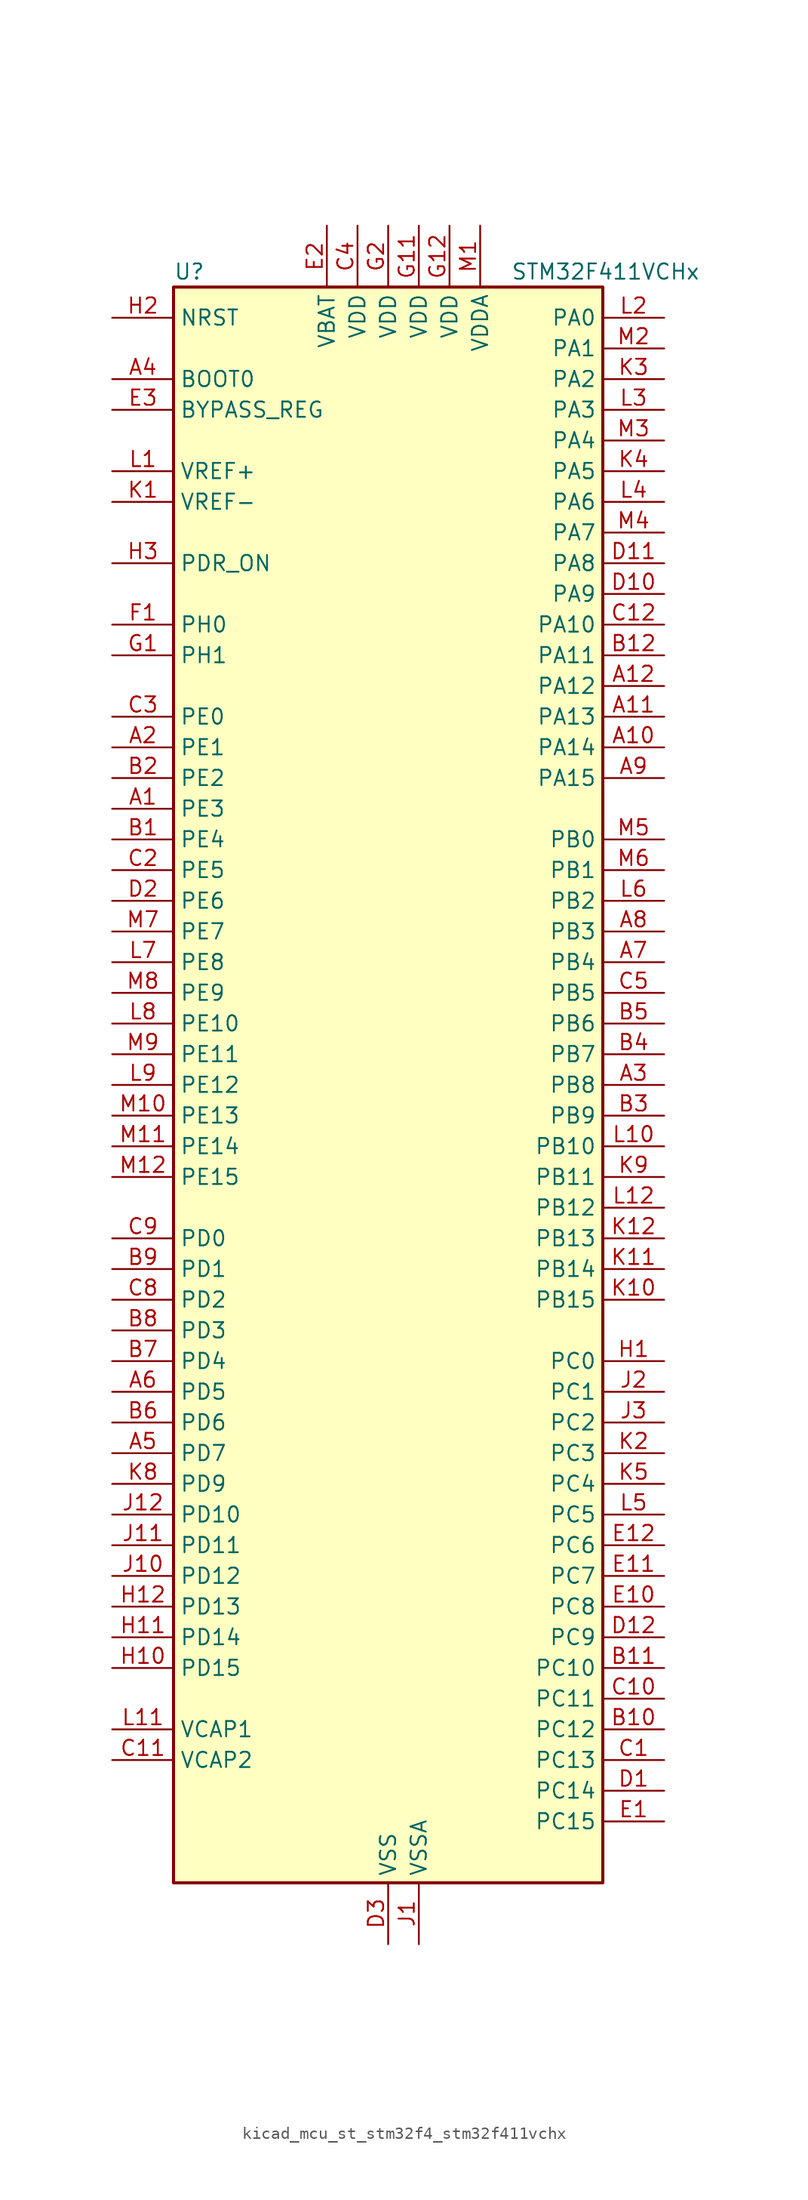
<source format=kicad_sym>
(kicad_symbol_lib
  (version 20220914)
  (generator kicad_symbol_editor)
  (symbol "kicad_mcu_st_stm32f4_stm32f411vchx"
    (property "Reference" "U"
      (at -17.78 67.31 0)
      (effects (font (size 1.27 1.27)) (justify left)))
    (property "Value" "STM32F411VCHx"
      (at 10.16 67.31 0)
      (effects (font (size 1.27 1.27)) (justify left)))
    (property "ki_locked" ""
      (at 0 0 0)
      (effects (font (size 1.27 1.27))))
    (symbol "kicad_mcu_st_stm32f4_stm32f411vchx_0_1"
      (rectangle (start -17.78 -66.04) (end 17.78 66.04) (stroke (width 0.254) (type default)) (fill (type background))))
    (symbol "kicad_mcu_st_stm32f4_stm32f411vchx_1_1"
      (pin bidirectional line (at -22.86 22.86 0) (length 5.08) (name "PE3" (effects (font (size 1.27 1.27)))) (number "A1" (effects (font (size 1.27 1.27)))) (alternate "SYS_TRACED0" bidirectional line))
      (pin bidirectional line (at 22.86 27.94 180) (length 5.08) (name "PA14" (effects (font (size 1.27 1.27)))) (number "A10" (effects (font (size 1.27 1.27)))) (alternate "SYS_JTCK-SWCLK" bidirectional line))
      (pin bidirectional line (at 22.86 30.48 180) (length 5.08) (name "PA13" (effects (font (size 1.27 1.27)))) (number "A11" (effects (font (size 1.27 1.27)))) (alternate "SYS_JTMS-SWDIO" bidirectional line))
      (pin bidirectional line (at 22.86 33.02 180) (length 5.08) (name "PA12" (effects (font (size 1.27 1.27)))) (number "A12" (effects (font (size 1.27 1.27)))) (alternate "SPI5_MISO" bidirectional line) (alternate "TIM1_ETR" bidirectional line) (alternate "USART1_RTS" bidirectional line) (alternate "USART6_RX" bidirectional line) (alternate "USB_OTG_FS_DP" bidirectional line))
      (pin bidirectional line (at -22.86 27.94 0) (length 5.08) (name "PE1" (effects (font (size 1.27 1.27)))) (number "A2" (effects (font (size 1.27 1.27)))))
      (pin bidirectional line (at 22.86 0 180) (length 5.08) (name "PB8" (effects (font (size 1.27 1.27)))) (number "A3" (effects (font (size 1.27 1.27)))) (alternate "I2C1_SCL" bidirectional line) (alternate "I2C3_SDA" bidirectional line) (alternate "I2S5_SD" bidirectional line) (alternate "SDIO_D4" bidirectional line) (alternate "SPI5_MOSI" bidirectional line) (alternate "TIM10_CH1" bidirectional line) (alternate "TIM4_CH3" bidirectional line))
      (pin input line (at -22.86 58.42 0) (length 5.08) (name "BOOT0" (effects (font (size 1.27 1.27)))) (number "A4" (effects (font (size 1.27 1.27)))))
      (pin bidirectional line (at -22.86 -30.48 0) (length 5.08) (name "PD7" (effects (font (size 1.27 1.27)))) (number "A5" (effects (font (size 1.27 1.27)))) (alternate "USART2_CK" bidirectional line))
      (pin bidirectional line (at -22.86 -25.4 0) (length 5.08) (name "PD5" (effects (font (size 1.27 1.27)))) (number "A6" (effects (font (size 1.27 1.27)))) (alternate "USART2_TX" bidirectional line))
      (pin bidirectional line (at 22.86 10.16 180) (length 5.08) (name "PB4" (effects (font (size 1.27 1.27)))) (number "A7" (effects (font (size 1.27 1.27)))) (alternate "I2C3_SDA" bidirectional line) (alternate "I2S3_ext_SD" bidirectional line) (alternate "SDIO_D0" bidirectional line) (alternate "SPI1_MISO" bidirectional line) (alternate "SPI3_MISO" bidirectional line) (alternate "SYS_JTRST" bidirectional line) (alternate "TIM3_CH1" bidirectional line))
      (pin bidirectional line (at 22.86 12.7 180) (length 5.08) (name "PB3" (effects (font (size 1.27 1.27)))) (number "A8" (effects (font (size 1.27 1.27)))) (alternate "I2C2_SDA" bidirectional line) (alternate "I2S1_CK" bidirectional line) (alternate "I2S3_CK" bidirectional line) (alternate "SPI1_SCK" bidirectional line) (alternate "SPI3_SCK" bidirectional line) (alternate "SYS_JTDO-SWO" bidirectional line) (alternate "TIM2_CH2" bidirectional line) (alternate "USART1_RX" bidirectional line))
      (pin bidirectional line (at 22.86 25.4 180) (length 5.08) (name "PA15" (effects (font (size 1.27 1.27)))) (number "A9" (effects (font (size 1.27 1.27)))) (alternate "ADC1_EXTI15" bidirectional line) (alternate "I2S1_WS" bidirectional line) (alternate "I2S3_WS" bidirectional line) (alternate "SPI1_NSS" bidirectional line) (alternate "SPI3_NSS" bidirectional line) (alternate "SYS_JTDI" bidirectional line) (alternate "TIM2_CH1" bidirectional line) (alternate "TIM2_ETR" bidirectional line) (alternate "USART1_TX" bidirectional line))
      (pin bidirectional line (at -22.86 20.32 0) (length 5.08) (name "PE4" (effects (font (size 1.27 1.27)))) (number "B1" (effects (font (size 1.27 1.27)))) (alternate "I2S4_WS" bidirectional line) (alternate "I2S5_WS" bidirectional line) (alternate "SPI4_NSS" bidirectional line) (alternate "SPI5_NSS" bidirectional line) (alternate "SYS_TRACED1" bidirectional line))
      (pin bidirectional line (at 22.86 -53.34 180) (length 5.08) (name "PC12" (effects (font (size 1.27 1.27)))) (number "B10" (effects (font (size 1.27 1.27)))) (alternate "I2S3_SD" bidirectional line) (alternate "SDIO_CK" bidirectional line) (alternate "SPI3_MOSI" bidirectional line))
      (pin bidirectional line (at 22.86 -48.26 180) (length 5.08) (name "PC10" (effects (font (size 1.27 1.27)))) (number "B11" (effects (font (size 1.27 1.27)))) (alternate "I2S3_CK" bidirectional line) (alternate "SDIO_D2" bidirectional line) (alternate "SPI3_SCK" bidirectional line))
      (pin bidirectional line (at 22.86 35.56 180) (length 5.08) (name "PA11" (effects (font (size 1.27 1.27)))) (number "B12" (effects (font (size 1.27 1.27)))) (alternate "ADC1_EXTI11" bidirectional line) (alternate "SPI4_MISO" bidirectional line) (alternate "TIM1_CH4" bidirectional line) (alternate "USART1_CTS" bidirectional line) (alternate "USART6_TX" bidirectional line) (alternate "USB_OTG_FS_DM" bidirectional line))
      (pin bidirectional line (at -22.86 25.4 0) (length 5.08) (name "PE2" (effects (font (size 1.27 1.27)))) (number "B2" (effects (font (size 1.27 1.27)))) (alternate "I2S4_CK" bidirectional line) (alternate "I2S5_CK" bidirectional line) (alternate "SPI4_SCK" bidirectional line) (alternate "SPI5_SCK" bidirectional line) (alternate "SYS_TRACECLK" bidirectional line))
      (pin bidirectional line (at 22.86 -2.54 180) (length 5.08) (name "PB9" (effects (font (size 1.27 1.27)))) (number "B3" (effects (font (size 1.27 1.27)))) (alternate "I2C1_SDA" bidirectional line) (alternate "I2C2_SDA" bidirectional line) (alternate "I2S2_WS" bidirectional line) (alternate "SDIO_D5" bidirectional line) (alternate "SPI2_NSS" bidirectional line) (alternate "TIM11_CH1" bidirectional line) (alternate "TIM4_CH4" bidirectional line))
      (pin bidirectional line (at 22.86 2.54 180) (length 5.08) (name "PB7" (effects (font (size 1.27 1.27)))) (number "B4" (effects (font (size 1.27 1.27)))) (alternate "I2C1_SDA" bidirectional line) (alternate "SDIO_D0" bidirectional line) (alternate "TIM4_CH2" bidirectional line) (alternate "USART1_RX" bidirectional line))
      (pin bidirectional line (at 22.86 5.08 180) (length 5.08) (name "PB6" (effects (font (size 1.27 1.27)))) (number "B5" (effects (font (size 1.27 1.27)))) (alternate "I2C1_SCL" bidirectional line) (alternate "TIM4_CH1" bidirectional line) (alternate "USART1_TX" bidirectional line))
      (pin bidirectional line (at -22.86 -27.94 0) (length 5.08) (name "PD6" (effects (font (size 1.27 1.27)))) (number "B6" (effects (font (size 1.27 1.27)))) (alternate "I2S3_SD" bidirectional line) (alternate "SPI3_MOSI" bidirectional line) (alternate "USART2_RX" bidirectional line))
      (pin bidirectional line (at -22.86 -22.86 0) (length 5.08) (name "PD4" (effects (font (size 1.27 1.27)))) (number "B7" (effects (font (size 1.27 1.27)))) (alternate "USART2_RTS" bidirectional line))
      (pin bidirectional line (at -22.86 -20.32 0) (length 5.08) (name "PD3" (effects (font (size 1.27 1.27)))) (number "B8" (effects (font (size 1.27 1.27)))) (alternate "I2S2_CK" bidirectional line) (alternate "SPI2_SCK" bidirectional line) (alternate "USART2_CTS" bidirectional line))
      (pin bidirectional line (at -22.86 -15.24 0) (length 5.08) (name "PD1" (effects (font (size 1.27 1.27)))) (number "B9" (effects (font (size 1.27 1.27)))))
      (pin bidirectional line (at 22.86 -55.88 180) (length 5.08) (name "PC13" (effects (font (size 1.27 1.27)))) (number "C1" (effects (font (size 1.27 1.27)))) (alternate "RTC_AF1" bidirectional line))
      (pin bidirectional line (at 22.86 -50.8 180) (length 5.08) (name "PC11" (effects (font (size 1.27 1.27)))) (number "C10" (effects (font (size 1.27 1.27)))) (alternate "ADC1_EXTI11" bidirectional line) (alternate "I2S3_ext_SD" bidirectional line) (alternate "SDIO_D3" bidirectional line) (alternate "SPI3_MISO" bidirectional line))
      (pin power_out line (at -22.86 -55.88 0) (length 5.08) (name "VCAP2" (effects (font (size 1.27 1.27)))) (number "C11" (effects (font (size 1.27 1.27)))))
      (pin bidirectional line (at 22.86 38.1 180) (length 5.08) (name "PA10" (effects (font (size 1.27 1.27)))) (number "C12" (effects (font (size 1.27 1.27)))) (alternate "I2S5_SD" bidirectional line) (alternate "SPI5_MOSI" bidirectional line) (alternate "TIM1_CH3" bidirectional line) (alternate "USART1_RX" bidirectional line) (alternate "USB_OTG_FS_ID" bidirectional line))
      (pin bidirectional line (at -22.86 17.78 0) (length 5.08) (name "PE5" (effects (font (size 1.27 1.27)))) (number "C2" (effects (font (size 1.27 1.27)))) (alternate "SPI4_MISO" bidirectional line) (alternate "SPI5_MISO" bidirectional line) (alternate "SYS_TRACED2" bidirectional line) (alternate "TIM9_CH1" bidirectional line))
      (pin bidirectional line (at -22.86 30.48 0) (length 5.08) (name "PE0" (effects (font (size 1.27 1.27)))) (number "C3" (effects (font (size 1.27 1.27)))) (alternate "TIM4_ETR" bidirectional line))
      (pin power_in line (at -2.54 71.12 270) (length 5.08) (name "VDD" (effects (font (size 1.27 1.27)))) (number "C4" (effects (font (size 1.27 1.27)))))
      (pin bidirectional line (at 22.86 7.62 180) (length 5.08) (name "PB5" (effects (font (size 1.27 1.27)))) (number "C5" (effects (font (size 1.27 1.27)))) (alternate "I2C1_SMBA" bidirectional line) (alternate "I2S1_SD" bidirectional line) (alternate "I2S3_SD" bidirectional line) (alternate "SDIO_D3" bidirectional line) (alternate "SPI1_MOSI" bidirectional line) (alternate "SPI3_MOSI" bidirectional line) (alternate "TIM3_CH2" bidirectional line))
      (pin bidirectional line (at -22.86 -17.78 0) (length 5.08) (name "PD2" (effects (font (size 1.27 1.27)))) (number "C8" (effects (font (size 1.27 1.27)))) (alternate "SDIO_CMD" bidirectional line) (alternate "TIM3_ETR" bidirectional line))
      (pin bidirectional line (at -22.86 -12.7 0) (length 5.08) (name "PD0" (effects (font (size 1.27 1.27)))) (number "C9" (effects (font (size 1.27 1.27)))))
      (pin bidirectional line (at 22.86 -58.42 180) (length 5.08) (name "PC14" (effects (font (size 1.27 1.27)))) (number "D1" (effects (font (size 1.27 1.27)))) (alternate "RCC_OSC32_IN" bidirectional line))
      (pin bidirectional line (at 22.86 40.64 180) (length 5.08) (name "PA9" (effects (font (size 1.27 1.27)))) (number "D10" (effects (font (size 1.27 1.27)))) (alternate "I2C3_SMBA" bidirectional line) (alternate "SDIO_D2" bidirectional line) (alternate "TIM1_CH2" bidirectional line) (alternate "USART1_TX" bidirectional line) (alternate "USB_OTG_FS_VBUS" bidirectional line))
      (pin bidirectional line (at 22.86 43.18 180) (length 5.08) (name "PA8" (effects (font (size 1.27 1.27)))) (number "D11" (effects (font (size 1.27 1.27)))) (alternate "I2C3_SCL" bidirectional line) (alternate "RCC_MCO_1" bidirectional line) (alternate "SDIO_D1" bidirectional line) (alternate "TIM1_CH1" bidirectional line) (alternate "USART1_CK" bidirectional line) (alternate "USB_OTG_FS_SOF" bidirectional line))
      (pin bidirectional line (at 22.86 -45.72 180) (length 5.08) (name "PC9" (effects (font (size 1.27 1.27)))) (number "D12" (effects (font (size 1.27 1.27)))) (alternate "I2C3_SDA" bidirectional line) (alternate "I2S_CKIN" bidirectional line) (alternate "RCC_MCO_2" bidirectional line) (alternate "SDIO_D1" bidirectional line) (alternate "TIM3_CH4" bidirectional line))
      (pin bidirectional line (at -22.86 15.24 0) (length 5.08) (name "PE6" (effects (font (size 1.27 1.27)))) (number "D2" (effects (font (size 1.27 1.27)))) (alternate "I2S4_SD" bidirectional line) (alternate "I2S5_SD" bidirectional line) (alternate "SPI4_MOSI" bidirectional line) (alternate "SPI5_MOSI" bidirectional line) (alternate "SYS_TRACED3" bidirectional line) (alternate "TIM9_CH2" bidirectional line))
      (pin power_in line (at 0 -71.12 90) (length 5.08) (name "VSS" (effects (font (size 1.27 1.27)))) (number "D3" (effects (font (size 1.27 1.27)))))
      (pin bidirectional line (at 22.86 -60.96 180) (length 5.08) (name "PC15" (effects (font (size 1.27 1.27)))) (number "E1" (effects (font (size 1.27 1.27)))) (alternate "ADC1_EXTI15" bidirectional line) (alternate "RCC_OSC32_OUT" bidirectional line))
      (pin bidirectional line (at 22.86 -43.18 180) (length 5.08) (name "PC8" (effects (font (size 1.27 1.27)))) (number "E10" (effects (font (size 1.27 1.27)))) (alternate "SDIO_D0" bidirectional line) (alternate "TIM3_CH3" bidirectional line) (alternate "USART6_CK" bidirectional line))
      (pin bidirectional line (at 22.86 -40.64 180) (length 5.08) (name "PC7" (effects (font (size 1.27 1.27)))) (number "E11" (effects (font (size 1.27 1.27)))) (alternate "I2S2_CK" bidirectional line) (alternate "I2S3_MCK" bidirectional line) (alternate "SDIO_D7" bidirectional line) (alternate "SPI2_SCK" bidirectional line) (alternate "TIM3_CH2" bidirectional line) (alternate "USART6_RX" bidirectional line))
      (pin bidirectional line (at 22.86 -38.1 180) (length 5.08) (name "PC6" (effects (font (size 1.27 1.27)))) (number "E12" (effects (font (size 1.27 1.27)))) (alternate "I2S2_MCK" bidirectional line) (alternate "SDIO_D6" bidirectional line) (alternate "TIM3_CH1" bidirectional line) (alternate "USART6_TX" bidirectional line))
      (pin power_in line (at -5.08 71.12 270) (length 5.08) (name "VBAT" (effects (font (size 1.27 1.27)))) (number "E2" (effects (font (size 1.27 1.27)))))
      (pin input line (at -22.86 55.88 0) (length 5.08) (name "BYPASS_REG" (effects (font (size 1.27 1.27)))) (number "E3" (effects (font (size 1.27 1.27)))))
      (pin bidirectional line (at -22.86 38.1 0) (length 5.08) (name "PH0" (effects (font (size 1.27 1.27)))) (number "F1" (effects (font (size 1.27 1.27)))) (alternate "RCC_OSC_IN" bidirectional line))
      (pin passive line (at 0 -71.12 90) (length 5.08) hide (name "VSS" (effects (font (size 1.27 1.27)))) (number "F11" (effects (font (size 1.27 1.27)))))
      (pin passive line (at 0 -71.12 90) (length 5.08) hide (name "VSS" (effects (font (size 1.27 1.27)))) (number "F12" (effects (font (size 1.27 1.27)))))
      (pin passive line (at 0 -71.12 90) (length 5.08) hide (name "VSS" (effects (font (size 1.27 1.27)))) (number "F2" (effects (font (size 1.27 1.27)))))
      (pin bidirectional line (at -22.86 35.56 0) (length 5.08) (name "PH1" (effects (font (size 1.27 1.27)))) (number "G1" (effects (font (size 1.27 1.27)))) (alternate "RCC_OSC_OUT" bidirectional line))
      (pin power_in line (at 2.54 71.12 270) (length 5.08) (name "VDD" (effects (font (size 1.27 1.27)))) (number "G11" (effects (font (size 1.27 1.27)))))
      (pin power_in line (at 5.08 71.12 270) (length 5.08) (name "VDD" (effects (font (size 1.27 1.27)))) (number "G12" (effects (font (size 1.27 1.27)))))
      (pin power_in line (at 0 71.12 270) (length 5.08) (name "VDD" (effects (font (size 1.27 1.27)))) (number "G2" (effects (font (size 1.27 1.27)))))
      (pin bidirectional line (at 22.86 -22.86 180) (length 5.08) (name "PC0" (effects (font (size 1.27 1.27)))) (number "H1" (effects (font (size 1.27 1.27)))) (alternate "ADC1_IN10" bidirectional line))
      (pin bidirectional line (at -22.86 -48.26 0) (length 5.08) (name "PD15" (effects (font (size 1.27 1.27)))) (number "H10" (effects (font (size 1.27 1.27)))) (alternate "ADC1_EXTI15" bidirectional line) (alternate "TIM4_CH4" bidirectional line))
      (pin bidirectional line (at -22.86 -45.72 0) (length 5.08) (name "PD14" (effects (font (size 1.27 1.27)))) (number "H11" (effects (font (size 1.27 1.27)))) (alternate "TIM4_CH3" bidirectional line))
      (pin bidirectional line (at -22.86 -43.18 0) (length 5.08) (name "PD13" (effects (font (size 1.27 1.27)))) (number "H12" (effects (font (size 1.27 1.27)))) (alternate "TIM4_CH2" bidirectional line))
      (pin input line (at -22.86 63.5 0) (length 5.08) (name "NRST" (effects (font (size 1.27 1.27)))) (number "H2" (effects (font (size 1.27 1.27)))))
      (pin input line (at -22.86 43.18 0) (length 5.08) (name "PDR_ON" (effects (font (size 1.27 1.27)))) (number "H3" (effects (font (size 1.27 1.27)))))
      (pin power_in line (at 2.54 -71.12 90) (length 5.08) (name "VSSA" (effects (font (size 1.27 1.27)))) (number "J1" (effects (font (size 1.27 1.27)))))
      (pin bidirectional line (at -22.86 -40.64 0) (length 5.08) (name "PD12" (effects (font (size 1.27 1.27)))) (number "J10" (effects (font (size 1.27 1.27)))) (alternate "TIM4_CH1" bidirectional line))
      (pin bidirectional line (at -22.86 -38.1 0) (length 5.08) (name "PD11" (effects (font (size 1.27 1.27)))) (number "J11" (effects (font (size 1.27 1.27)))) (alternate "ADC1_EXTI11" bidirectional line))
      (pin bidirectional line (at -22.86 -35.56 0) (length 5.08) (name "PD10" (effects (font (size 1.27 1.27)))) (number "J12" (effects (font (size 1.27 1.27)))))
      (pin bidirectional line (at 22.86 -25.4 180) (length 5.08) (name "PC1" (effects (font (size 1.27 1.27)))) (number "J2" (effects (font (size 1.27 1.27)))) (alternate "ADC1_IN11" bidirectional line))
      (pin bidirectional line (at 22.86 -27.94 180) (length 5.08) (name "PC2" (effects (font (size 1.27 1.27)))) (number "J3" (effects (font (size 1.27 1.27)))) (alternate "ADC1_IN12" bidirectional line) (alternate "I2S2_ext_SD" bidirectional line) (alternate "SPI2_MISO" bidirectional line))
      (pin input line (at -22.86 48.26 0) (length 5.08) (name "VREF-" (effects (font (size 1.27 1.27)))) (number "K1" (effects (font (size 1.27 1.27)))))
      (pin bidirectional line (at 22.86 -17.78 180) (length 5.08) (name "PB15" (effects (font (size 1.27 1.27)))) (number "K10" (effects (font (size 1.27 1.27)))) (alternate "ADC1_EXTI15" bidirectional line) (alternate "I2S2_SD" bidirectional line) (alternate "RTC_REFIN" bidirectional line) (alternate "SDIO_CK" bidirectional line) (alternate "SPI2_MOSI" bidirectional line) (alternate "TIM1_CH3N" bidirectional line))
      (pin bidirectional line (at 22.86 -15.24 180) (length 5.08) (name "PB14" (effects (font (size 1.27 1.27)))) (number "K11" (effects (font (size 1.27 1.27)))) (alternate "I2S2_ext_SD" bidirectional line) (alternate "SDIO_D6" bidirectional line) (alternate "SPI2_MISO" bidirectional line) (alternate "TIM1_CH2N" bidirectional line))
      (pin bidirectional line (at 22.86 -12.7 180) (length 5.08) (name "PB13" (effects (font (size 1.27 1.27)))) (number "K12" (effects (font (size 1.27 1.27)))) (alternate "I2S2_CK" bidirectional line) (alternate "I2S4_CK" bidirectional line) (alternate "SPI2_SCK" bidirectional line) (alternate "SPI4_SCK" bidirectional line) (alternate "TIM1_CH1N" bidirectional line))
      (pin bidirectional line (at 22.86 -30.48 180) (length 5.08) (name "PC3" (effects (font (size 1.27 1.27)))) (number "K2" (effects (font (size 1.27 1.27)))) (alternate "ADC1_IN13" bidirectional line) (alternate "I2S2_SD" bidirectional line) (alternate "SPI2_MOSI" bidirectional line))
      (pin bidirectional line (at 22.86 58.42 180) (length 5.08) (name "PA2" (effects (font (size 1.27 1.27)))) (number "K3" (effects (font (size 1.27 1.27)))) (alternate "ADC1_IN2" bidirectional line) (alternate "I2S_CKIN" bidirectional line) (alternate "TIM2_CH3" bidirectional line) (alternate "TIM5_CH3" bidirectional line) (alternate "TIM9_CH1" bidirectional line) (alternate "USART2_TX" bidirectional line))
      (pin bidirectional line (at 22.86 50.8 180) (length 5.08) (name "PA5" (effects (font (size 1.27 1.27)))) (number "K4" (effects (font (size 1.27 1.27)))) (alternate "ADC1_IN5" bidirectional line) (alternate "I2S1_CK" bidirectional line) (alternate "SPI1_SCK" bidirectional line) (alternate "TIM2_CH1" bidirectional line) (alternate "TIM2_ETR" bidirectional line))
      (pin bidirectional line (at 22.86 -33.02 180) (length 5.08) (name "PC4" (effects (font (size 1.27 1.27)))) (number "K5" (effects (font (size 1.27 1.27)))) (alternate "ADC1_IN14" bidirectional line))
      (pin bidirectional line (at -22.86 -33.02 0) (length 5.08) (name "PD9" (effects (font (size 1.27 1.27)))) (number "K8" (effects (font (size 1.27 1.27)))))
      (pin bidirectional line (at 22.86 -7.62 180) (length 5.08) (name "PB11" (effects (font (size 1.27 1.27)))) (number "K9" (effects (font (size 1.27 1.27)))) (alternate "ADC1_EXTI11" bidirectional line) (alternate "I2C2_SDA" bidirectional line) (alternate "I2S_CKIN" bidirectional line) (alternate "TIM2_CH4" bidirectional line))
      (pin input line (at -22.86 50.8 0) (length 5.08) (name "VREF+" (effects (font (size 1.27 1.27)))) (number "L1" (effects (font (size 1.27 1.27)))))
      (pin bidirectional line (at 22.86 -5.08 180) (length 5.08) (name "PB10" (effects (font (size 1.27 1.27)))) (number "L10" (effects (font (size 1.27 1.27)))) (alternate "I2C2_SCL" bidirectional line) (alternate "I2S2_CK" bidirectional line) (alternate "I2S3_MCK" bidirectional line) (alternate "SDIO_D7" bidirectional line) (alternate "SPI2_SCK" bidirectional line) (alternate "TIM2_CH3" bidirectional line))
      (pin power_out line (at -22.86 -53.34 0) (length 5.08) (name "VCAP1" (effects (font (size 1.27 1.27)))) (number "L11" (effects (font (size 1.27 1.27)))))
      (pin bidirectional line (at 22.86 -10.16 180) (length 5.08) (name "PB12" (effects (font (size 1.27 1.27)))) (number "L12" (effects (font (size 1.27 1.27)))) (alternate "I2C2_SMBA" bidirectional line) (alternate "I2S2_WS" bidirectional line) (alternate "I2S3_CK" bidirectional line) (alternate "I2S4_WS" bidirectional line) (alternate "SPI2_NSS" bidirectional line) (alternate "SPI3_SCK" bidirectional line) (alternate "SPI4_NSS" bidirectional line) (alternate "TIM1_BKIN" bidirectional line))
      (pin bidirectional line (at 22.86 63.5 180) (length 5.08) (name "PA0" (effects (font (size 1.27 1.27)))) (number "L2" (effects (font (size 1.27 1.27)))) (alternate "ADC1_IN0" bidirectional line) (alternate "SYS_WKUP" bidirectional line) (alternate "TIM2_CH1" bidirectional line) (alternate "TIM2_ETR" bidirectional line) (alternate "TIM5_CH1" bidirectional line) (alternate "USART2_CTS" bidirectional line))
      (pin bidirectional line (at 22.86 55.88 180) (length 5.08) (name "PA3" (effects (font (size 1.27 1.27)))) (number "L3" (effects (font (size 1.27 1.27)))) (alternate "ADC1_IN3" bidirectional line) (alternate "I2S2_MCK" bidirectional line) (alternate "TIM2_CH4" bidirectional line) (alternate "TIM5_CH4" bidirectional line) (alternate "TIM9_CH2" bidirectional line) (alternate "USART2_RX" bidirectional line))
      (pin bidirectional line (at 22.86 48.26 180) (length 5.08) (name "PA6" (effects (font (size 1.27 1.27)))) (number "L4" (effects (font (size 1.27 1.27)))) (alternate "ADC1_IN6" bidirectional line) (alternate "I2S2_MCK" bidirectional line) (alternate "SDIO_CMD" bidirectional line) (alternate "SPI1_MISO" bidirectional line) (alternate "TIM1_BKIN" bidirectional line) (alternate "TIM3_CH1" bidirectional line))
      (pin bidirectional line (at 22.86 -35.56 180) (length 5.08) (name "PC5" (effects (font (size 1.27 1.27)))) (number "L5" (effects (font (size 1.27 1.27)))) (alternate "ADC1_IN15" bidirectional line))
      (pin bidirectional line (at 22.86 15.24 180) (length 5.08) (name "PB2" (effects (font (size 1.27 1.27)))) (number "L6" (effects (font (size 1.27 1.27)))))
      (pin bidirectional line (at -22.86 10.16 0) (length 5.08) (name "PE8" (effects (font (size 1.27 1.27)))) (number "L7" (effects (font (size 1.27 1.27)))) (alternate "TIM1_CH1N" bidirectional line))
      (pin bidirectional line (at -22.86 5.08 0) (length 5.08) (name "PE10" (effects (font (size 1.27 1.27)))) (number "L8" (effects (font (size 1.27 1.27)))) (alternate "TIM1_CH2N" bidirectional line))
      (pin bidirectional line (at -22.86 0 0) (length 5.08) (name "PE12" (effects (font (size 1.27 1.27)))) (number "L9" (effects (font (size 1.27 1.27)))) (alternate "I2S4_CK" bidirectional line) (alternate "I2S5_CK" bidirectional line) (alternate "SPI4_SCK" bidirectional line) (alternate "SPI5_SCK" bidirectional line) (alternate "TIM1_CH3N" bidirectional line))
      (pin power_in line (at 7.62 71.12 270) (length 5.08) (name "VDDA" (effects (font (size 1.27 1.27)))) (number "M1" (effects (font (size 1.27 1.27)))))
      (pin bidirectional line (at -22.86 -2.54 0) (length 5.08) (name "PE13" (effects (font (size 1.27 1.27)))) (number "M10" (effects (font (size 1.27 1.27)))) (alternate "SPI4_MISO" bidirectional line) (alternate "SPI5_MISO" bidirectional line) (alternate "TIM1_CH3" bidirectional line))
      (pin bidirectional line (at -22.86 -5.08 0) (length 5.08) (name "PE14" (effects (font (size 1.27 1.27)))) (number "M11" (effects (font (size 1.27 1.27)))) (alternate "I2S4_SD" bidirectional line) (alternate "I2S5_SD" bidirectional line) (alternate "SPI4_MOSI" bidirectional line) (alternate "SPI5_MOSI" bidirectional line) (alternate "TIM1_CH4" bidirectional line))
      (pin bidirectional line (at -22.86 -7.62 0) (length 5.08) (name "PE15" (effects (font (size 1.27 1.27)))) (number "M12" (effects (font (size 1.27 1.27)))) (alternate "ADC1_EXTI15" bidirectional line) (alternate "TIM1_BKIN" bidirectional line))
      (pin bidirectional line (at 22.86 60.96 180) (length 5.08) (name "PA1" (effects (font (size 1.27 1.27)))) (number "M2" (effects (font (size 1.27 1.27)))) (alternate "ADC1_IN1" bidirectional line) (alternate "I2S4_SD" bidirectional line) (alternate "SPI4_MOSI" bidirectional line) (alternate "TIM2_CH2" bidirectional line) (alternate "TIM5_CH2" bidirectional line) (alternate "USART2_RTS" bidirectional line))
      (pin bidirectional line (at 22.86 53.34 180) (length 5.08) (name "PA4" (effects (font (size 1.27 1.27)))) (number "M3" (effects (font (size 1.27 1.27)))) (alternate "ADC1_IN4" bidirectional line) (alternate "I2S1_WS" bidirectional line) (alternate "I2S3_WS" bidirectional line) (alternate "SPI1_NSS" bidirectional line) (alternate "SPI3_NSS" bidirectional line) (alternate "USART2_CK" bidirectional line))
      (pin bidirectional line (at 22.86 45.72 180) (length 5.08) (name "PA7" (effects (font (size 1.27 1.27)))) (number "M4" (effects (font (size 1.27 1.27)))) (alternate "ADC1_IN7" bidirectional line) (alternate "I2S1_SD" bidirectional line) (alternate "SPI1_MOSI" bidirectional line) (alternate "TIM1_CH1N" bidirectional line) (alternate "TIM3_CH2" bidirectional line))
      (pin bidirectional line (at 22.86 20.32 180) (length 5.08) (name "PB0" (effects (font (size 1.27 1.27)))) (number "M5" (effects (font (size 1.27 1.27)))) (alternate "ADC1_IN8" bidirectional line) (alternate "I2S5_CK" bidirectional line) (alternate "SPI5_SCK" bidirectional line) (alternate "TIM1_CH2N" bidirectional line) (alternate "TIM3_CH3" bidirectional line))
      (pin bidirectional line (at 22.86 17.78 180) (length 5.08) (name "PB1" (effects (font (size 1.27 1.27)))) (number "M6" (effects (font (size 1.27 1.27)))) (alternate "ADC1_IN9" bidirectional line) (alternate "I2S5_WS" bidirectional line) (alternate "SPI5_NSS" bidirectional line) (alternate "TIM1_CH3N" bidirectional line) (alternate "TIM3_CH4" bidirectional line))
      (pin bidirectional line (at -22.86 12.7 0) (length 5.08) (name "PE7" (effects (font (size 1.27 1.27)))) (number "M7" (effects (font (size 1.27 1.27)))) (alternate "TIM1_ETR" bidirectional line))
      (pin bidirectional line (at -22.86 7.62 0) (length 5.08) (name "PE9" (effects (font (size 1.27 1.27)))) (number "M8" (effects (font (size 1.27 1.27)))) (alternate "TIM1_CH1" bidirectional line))
      (pin bidirectional line (at -22.86 2.54 0) (length 5.08) (name "PE11" (effects (font (size 1.27 1.27)))) (number "M9" (effects (font (size 1.27 1.27)))) (alternate "ADC1_EXTI11" bidirectional line) (alternate "I2S4_WS" bidirectional line) (alternate "I2S5_WS" bidirectional line) (alternate "SPI4_NSS" bidirectional line) (alternate "SPI5_NSS" bidirectional line) (alternate "TIM1_CH2" bidirectional line)))))
</source>
